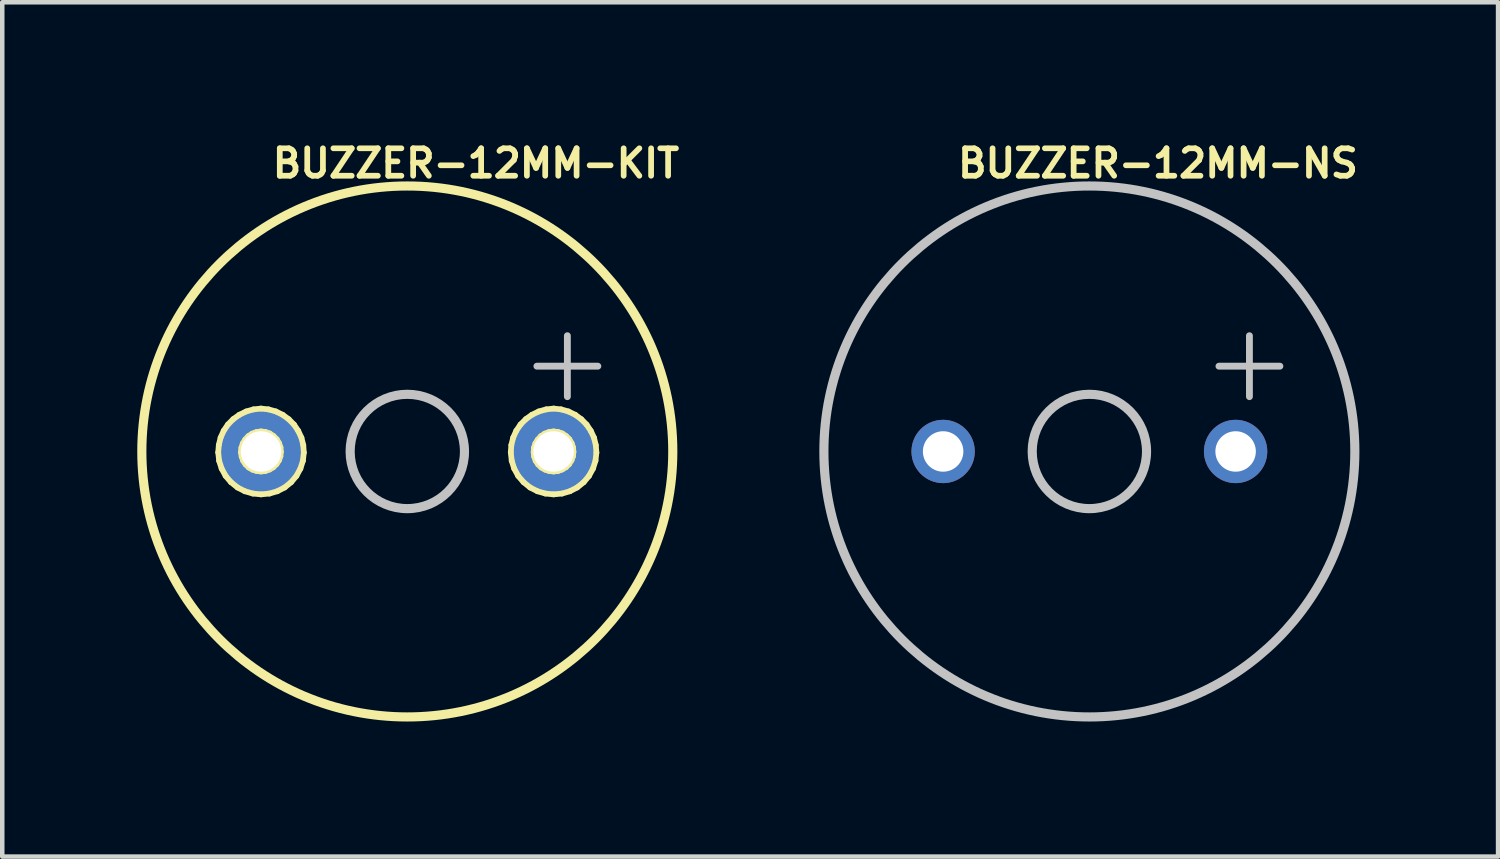
<source format=kicad_pcb>
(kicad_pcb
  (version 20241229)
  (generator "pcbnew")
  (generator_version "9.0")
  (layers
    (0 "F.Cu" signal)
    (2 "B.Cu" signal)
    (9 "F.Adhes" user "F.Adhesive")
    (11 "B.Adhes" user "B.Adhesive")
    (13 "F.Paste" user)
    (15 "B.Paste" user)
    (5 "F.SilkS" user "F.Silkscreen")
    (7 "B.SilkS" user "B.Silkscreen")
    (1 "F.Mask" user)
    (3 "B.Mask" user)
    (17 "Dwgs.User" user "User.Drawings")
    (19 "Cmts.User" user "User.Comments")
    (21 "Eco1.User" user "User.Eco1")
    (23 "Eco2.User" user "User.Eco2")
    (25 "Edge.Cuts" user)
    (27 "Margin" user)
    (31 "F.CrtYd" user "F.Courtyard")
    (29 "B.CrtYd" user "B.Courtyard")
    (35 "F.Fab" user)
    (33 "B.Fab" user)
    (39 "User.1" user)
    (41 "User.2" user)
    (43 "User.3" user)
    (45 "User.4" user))
  (footprint "BUZZER-12MM-NS"
    (layer "F.Cu")
    (at 21.152 6.98)
    (property "Reference" "BUZZER-12MM-NS" (at 1.524 -6.401 0) (layer "F.SilkS") (effects (font (size 0.61 0.61) (thickness 0.127))))
    (attr exclude_from_pos_files exclude_from_bom)
    (fp_circle (center 0 0) (end 0 -5.898) (stroke (width 0.203) (type solid)) (fill no) (layer "Dwgs.User"))
    (fp_circle (center 0 0) (end 0 -1.27) (stroke (width 0.203) (type solid)) (fill no) (layer "Dwgs.User"))
    (fp_text user "+" (at 3.556 -2.032 0) (layer "Dwgs.User") (effects (font (size 1.778 1.778) (thickness 0.152))))
    (pad "+" thru_hole circle (at 3.249 0) (size 1.407 1.407) (drill 0.899) (layers "*.Cu" "*.Paste" "*.Mask"))
    (pad "-" thru_hole circle (at -3.249 0) (size 1.407 1.407) (drill 0.899) (layers "*.Cu" "*.Paste" "*.Mask")))
  (footprint "BUZZER-12MM-KIT"
    (layer "F.Cu")
    (at 5.999 6.98)
    (property "Reference" "BUZZER-12MM-KIT" (at 1.524 -6.401 0) (layer "F.SilkS") (effects (font (size 0.61 0.61) (thickness 0.127))))
    (attr exclude_from_pos_files exclude_from_bom)
    (fp_line (start -4.201 0.02) (end -4.188 -0.142) (stroke (width 0.127) (type solid)) (layer "F.SilkS"))
    (fp_line (start -4.188 -0.142) (end -4.148 -0.307) (stroke (width 0.127) (type solid)) (layer "F.SilkS"))
    (fp_line (start -4.181 0.206) (end -4.201 0.02) (stroke (width 0.127) (type solid)) (layer "F.SilkS"))
    (fp_line (start -4.148 -0.307) (end -4.079 -0.46) (stroke (width 0.127) (type solid)) (layer "F.SilkS"))
    (fp_line (start -4.125 0.381) (end -4.181 0.206) (stroke (width 0.127) (type solid)) (layer "F.SilkS"))
    (fp_line (start -4.079 -0.46) (end -3.985 -0.599) (stroke (width 0.127) (type solid)) (layer "F.SilkS"))
    (fp_line (start -4.036 0.544) (end -4.125 0.381) (stroke (width 0.127) (type solid)) (layer "F.SilkS"))
    (fp_line (start -3.985 -0.599) (end -3.866 -0.719) (stroke (width 0.127) (type solid)) (layer "F.SilkS"))
    (fp_line (start -3.917 0.683) (end -4.036 0.544) (stroke (width 0.127) (type solid)) (layer "F.SilkS"))
    (fp_line (start -3.866 -0.719) (end -3.731 -0.815) (stroke (width 0.127) (type solid)) (layer "F.SilkS"))
    (fp_line (start -3.772 0.8) (end -3.917 0.683) (stroke (width 0.127) (type solid)) (layer "F.SilkS"))
    (fp_line (start -3.731 -0.815) (end -3.579 -0.889) (stroke (width 0.127) (type solid)) (layer "F.SilkS"))
    (fp_line (start -3.696 0.018) (end -3.686 -0.081) (stroke (width 0.127) (type solid)) (layer "F.SilkS"))
    (fp_line (start -3.686 -0.081) (end -3.655 -0.178) (stroke (width 0.127) (type solid)) (layer "F.SilkS"))
    (fp_line (start -3.68 0.114) (end -3.696 0.018) (stroke (width 0.127) (type solid)) (layer "F.SilkS"))
    (fp_line (start -3.655 -0.178) (end -3.602 -0.264) (stroke (width 0.127) (type solid)) (layer "F.SilkS"))
    (fp_line (start -3.647 0.206) (end -3.68 0.114) (stroke (width 0.127) (type solid)) (layer "F.SilkS"))
    (fp_line (start -3.609 0.884) (end -3.772 0.8) (stroke (width 0.127) (type solid)) (layer "F.SilkS"))
    (fp_line (start -3.602 -0.264) (end -3.531 -0.34) (stroke (width 0.127) (type solid)) (layer "F.SilkS"))
    (fp_line (start -3.594 0.287) (end -3.647 0.206) (stroke (width 0.127) (type solid)) (layer "F.SilkS"))
    (fp_line (start -3.579 -0.889) (end -3.416 -0.935) (stroke (width 0.127) (type solid)) (layer "F.SilkS"))
    (fp_line (start -3.531 -0.34) (end -3.447 -0.396) (stroke (width 0.127) (type solid)) (layer "F.SilkS"))
    (fp_line (start -3.523 0.356) (end -3.594 0.287) (stroke (width 0.127) (type solid)) (layer "F.SilkS"))
    (fp_line (start -3.447 -0.396) (end -3.35 -0.432) (stroke (width 0.127) (type solid)) (layer "F.SilkS"))
    (fp_line (start -3.439 0.404) (end -3.523 0.356) (stroke (width 0.127) (type solid)) (layer "F.SilkS"))
    (fp_line (start -3.432 0.935) (end -3.609 0.884) (stroke (width 0.127) (type solid)) (layer "F.SilkS"))
    (fp_line (start -3.416 -0.935) (end -3.251 -0.953) (stroke (width 0.127) (type solid)) (layer "F.SilkS"))
    (fp_line (start -3.35 -0.432) (end -3.251 -0.445) (stroke (width 0.127) (type solid)) (layer "F.SilkS"))
    (fp_line (start -3.348 0.434) (end -3.439 0.404) (stroke (width 0.127) (type solid)) (layer "F.SilkS"))
    (fp_line (start -3.251 -0.953) (end -3.084 -0.935) (stroke (width 0.127) (type solid)) (layer "F.SilkS"))
    (fp_line (start -3.251 -0.445) (end -3.15 -0.432) (stroke (width 0.127) (type solid)) (layer "F.SilkS"))
    (fp_line (start -3.251 0.445) (end -3.348 0.434) (stroke (width 0.127) (type solid)) (layer "F.SilkS"))
    (fp_line (start -3.249 0.953) (end -3.432 0.935) (stroke (width 0.127) (type solid)) (layer "F.SilkS"))
    (fp_line (start -3.152 0.434) (end -3.251 0.445) (stroke (width 0.127) (type solid)) (layer "F.SilkS"))
    (fp_line (start -3.15 -0.432) (end -3.056 -0.399) (stroke (width 0.127) (type solid)) (layer "F.SilkS"))
    (fp_line (start -3.084 -0.935) (end -2.921 -0.889) (stroke (width 0.127) (type solid)) (layer "F.SilkS"))
    (fp_line (start -3.063 0.935) (end -3.249 0.953) (stroke (width 0.127) (type solid)) (layer "F.SilkS"))
    (fp_line (start -3.061 0.401) (end -3.152 0.434) (stroke (width 0.127) (type solid)) (layer "F.SilkS"))
    (fp_line (start -3.056 -0.399) (end -2.972 -0.343) (stroke (width 0.127) (type solid)) (layer "F.SilkS"))
    (fp_line (start -2.977 0.351) (end -3.061 0.401) (stroke (width 0.127) (type solid)) (layer "F.SilkS"))
    (fp_line (start -2.972 -0.343) (end -2.901 -0.272) (stroke (width 0.127) (type solid)) (layer "F.SilkS"))
    (fp_line (start -2.921 -0.889) (end -2.769 -0.815) (stroke (width 0.127) (type solid)) (layer "F.SilkS"))
    (fp_line (start -2.906 0.282) (end -2.977 0.351) (stroke (width 0.127) (type solid)) (layer "F.SilkS"))
    (fp_line (start -2.901 -0.272) (end -2.85 -0.185) (stroke (width 0.127) (type solid)) (layer "F.SilkS"))
    (fp_line (start -2.888 0.884) (end -3.063 0.935) (stroke (width 0.127) (type solid)) (layer "F.SilkS"))
    (fp_line (start -2.852 0.198) (end -2.906 0.282) (stroke (width 0.127) (type solid)) (layer "F.SilkS"))
    (fp_line (start -2.85 -0.185) (end -2.817 -0.089) (stroke (width 0.127) (type solid)) (layer "F.SilkS"))
    (fp_line (start -2.819 0.107) (end -2.852 0.198) (stroke (width 0.127) (type solid)) (layer "F.SilkS"))
    (fp_line (start -2.817 -0.089) (end -2.809 0.008) (stroke (width 0.127) (type solid)) (layer "F.SilkS"))
    (fp_line (start -2.809 0.008) (end -2.819 0.107) (stroke (width 0.127) (type solid)) (layer "F.SilkS"))
    (fp_line (start -2.769 -0.815) (end -2.634 -0.716) (stroke (width 0.127) (type solid)) (layer "F.SilkS"))
    (fp_line (start -2.725 0.8) (end -2.888 0.884) (stroke (width 0.127) (type solid)) (layer "F.SilkS"))
    (fp_line (start -2.634 -0.716) (end -2.517 -0.597) (stroke (width 0.127) (type solid)) (layer "F.SilkS"))
    (fp_line (start -2.581 0.683) (end -2.725 0.8) (stroke (width 0.127) (type solid)) (layer "F.SilkS"))
    (fp_line (start -2.517 -0.597) (end -2.423 -0.457) (stroke (width 0.127) (type solid)) (layer "F.SilkS"))
    (fp_line (start -2.464 0.544) (end -2.581 0.683) (stroke (width 0.127) (type solid)) (layer "F.SilkS"))
    (fp_line (start -2.423 -0.457) (end -2.352 -0.305) (stroke (width 0.127) (type solid)) (layer "F.SilkS"))
    (fp_line (start -2.375 0.381) (end -2.464 0.544) (stroke (width 0.127) (type solid)) (layer "F.SilkS"))
    (fp_line (start -2.352 -0.305) (end -2.311 -0.14) (stroke (width 0.127) (type solid)) (layer "F.SilkS"))
    (fp_line (start -2.319 0.206) (end -2.375 0.381) (stroke (width 0.127) (type solid)) (layer "F.SilkS"))
    (fp_line (start -2.311 -0.14) (end -2.299 0.025) (stroke (width 0.127) (type solid)) (layer "F.SilkS"))
    (fp_line (start -2.299 0.025) (end -2.319 0.206) (stroke (width 0.127) (type solid)) (layer "F.SilkS"))
    (fp_line (start 2.299 0.02) (end 2.311 -0.142) (stroke (width 0.127) (type solid)) (layer "F.SilkS"))
    (fp_line (start 2.311 -0.142) (end 2.352 -0.307) (stroke (width 0.127) (type solid)) (layer "F.SilkS"))
    (fp_line (start 2.319 0.206) (end 2.299 0.02) (stroke (width 0.127) (type solid)) (layer "F.SilkS"))
    (fp_line (start 2.352 -0.307) (end 2.421 -0.46) (stroke (width 0.127) (type solid)) (layer "F.SilkS"))
    (fp_line (start 2.375 0.381) (end 2.319 0.206) (stroke (width 0.127) (type solid)) (layer "F.SilkS"))
    (fp_line (start 2.421 -0.46) (end 2.515 -0.599) (stroke (width 0.127) (type solid)) (layer "F.SilkS"))
    (fp_line (start 2.464 0.544) (end 2.375 0.381) (stroke (width 0.127) (type solid)) (layer "F.SilkS"))
    (fp_line (start 2.515 -0.599) (end 2.634 -0.719) (stroke (width 0.127) (type solid)) (layer "F.SilkS"))
    (fp_line (start 2.583 0.683) (end 2.464 0.544) (stroke (width 0.127) (type solid)) (layer "F.SilkS"))
    (fp_line (start 2.634 -0.719) (end 2.769 -0.815) (stroke (width 0.127) (type solid)) (layer "F.SilkS"))
    (fp_line (start 2.728 0.8) (end 2.583 0.683) (stroke (width 0.127) (type solid)) (layer "F.SilkS"))
    (fp_line (start 2.769 -0.815) (end 2.921 -0.889) (stroke (width 0.127) (type solid)) (layer "F.SilkS"))
    (fp_line (start 2.807 0.018) (end 2.814 -0.081) (stroke (width 0.127) (type solid)) (layer "F.SilkS"))
    (fp_line (start 2.814 -0.081) (end 2.845 -0.178) (stroke (width 0.127) (type solid)) (layer "F.SilkS"))
    (fp_line (start 2.819 0.114) (end 2.807 0.018) (stroke (width 0.127) (type solid)) (layer "F.SilkS"))
    (fp_line (start 2.845 -0.178) (end 2.898 -0.264) (stroke (width 0.127) (type solid)) (layer "F.SilkS"))
    (fp_line (start 2.852 0.206) (end 2.819 0.114) (stroke (width 0.127) (type solid)) (layer "F.SilkS"))
    (fp_line (start 2.891 0.884) (end 2.728 0.8) (stroke (width 0.127) (type solid)) (layer "F.SilkS"))
    (fp_line (start 2.898 -0.264) (end 2.969 -0.34) (stroke (width 0.127) (type solid)) (layer "F.SilkS"))
    (fp_line (start 2.906 0.287) (end 2.852 0.206) (stroke (width 0.127) (type solid)) (layer "F.SilkS"))
    (fp_line (start 2.921 -0.889) (end 3.084 -0.935) (stroke (width 0.127) (type solid)) (layer "F.SilkS"))
    (fp_line (start 2.969 -0.34) (end 3.053 -0.396) (stroke (width 0.127) (type solid)) (layer "F.SilkS"))
    (fp_line (start 2.977 0.356) (end 2.906 0.287) (stroke (width 0.127) (type solid)) (layer "F.SilkS"))
    (fp_line (start 3.053 -0.396) (end 3.15 -0.432) (stroke (width 0.127) (type solid)) (layer "F.SilkS"))
    (fp_line (start 3.061 0.404) (end 2.977 0.356) (stroke (width 0.127) (type solid)) (layer "F.SilkS"))
    (fp_line (start 3.068 0.935) (end 2.891 0.884) (stroke (width 0.127) (type solid)) (layer "F.SilkS"))
    (fp_line (start 3.084 -0.935) (end 3.251 -0.953) (stroke (width 0.127) (type solid)) (layer "F.SilkS"))
    (fp_line (start 3.15 -0.432) (end 3.251 -0.445) (stroke (width 0.127) (type solid)) (layer "F.SilkS"))
    (fp_line (start 3.152 0.434) (end 3.061 0.404) (stroke (width 0.127) (type solid)) (layer "F.SilkS"))
    (fp_line (start 3.251 -0.953) (end 3.416 -0.935) (stroke (width 0.127) (type solid)) (layer "F.SilkS"))
    (fp_line (start 3.251 -0.445) (end 3.35 -0.432) (stroke (width 0.127) (type solid)) (layer "F.SilkS"))
    (fp_line (start 3.251 0.445) (end 3.152 0.434) (stroke (width 0.127) (type solid)) (layer "F.SilkS"))
    (fp_line (start 3.251 0.953) (end 3.068 0.935) (stroke (width 0.127) (type solid)) (layer "F.SilkS"))
    (fp_line (start 3.348 0.434) (end 3.251 0.445) (stroke (width 0.127) (type solid)) (layer "F.SilkS"))
    (fp_line (start 3.35 -0.432) (end 3.444 -0.399) (stroke (width 0.127) (type solid)) (layer "F.SilkS"))
    (fp_line (start 3.416 -0.935) (end 3.579 -0.889) (stroke (width 0.127) (type solid)) (layer "F.SilkS"))
    (fp_line (start 3.437 0.935) (end 3.251 0.953) (stroke (width 0.127) (type solid)) (layer "F.SilkS"))
    (fp_line (start 3.439 0.401) (end 3.348 0.434) (stroke (width 0.127) (type solid)) (layer "F.SilkS"))
    (fp_line (start 3.444 -0.399) (end 3.528 -0.343) (stroke (width 0.127) (type solid)) (layer "F.SilkS"))
    (fp_line (start 3.523 0.351) (end 3.439 0.401) (stroke (width 0.127) (type solid)) (layer "F.SilkS"))
    (fp_line (start 3.528 -0.343) (end 3.599 -0.272) (stroke (width 0.127) (type solid)) (layer "F.SilkS"))
    (fp_line (start 3.579 -0.889) (end 3.731 -0.815) (stroke (width 0.127) (type solid)) (layer "F.SilkS"))
    (fp_line (start 3.594 0.282) (end 3.523 0.351) (stroke (width 0.127) (type solid)) (layer "F.SilkS"))
    (fp_line (start 3.599 -0.272) (end 3.65 -0.185) (stroke (width 0.127) (type solid)) (layer "F.SilkS"))
    (fp_line (start 3.612 0.884) (end 3.437 0.935) (stroke (width 0.127) (type solid)) (layer "F.SilkS"))
    (fp_line (start 3.647 0.198) (end 3.594 0.282) (stroke (width 0.127) (type solid)) (layer "F.SilkS"))
    (fp_line (start 3.65 -0.185) (end 3.683 -0.089) (stroke (width 0.127) (type solid)) (layer "F.SilkS"))
    (fp_line (start 3.68 0.107) (end 3.647 0.198) (stroke (width 0.127) (type solid)) (layer "F.SilkS"))
    (fp_line (start 3.683 -0.089) (end 3.691 0.008) (stroke (width 0.127) (type solid)) (layer "F.SilkS"))
    (fp_line (start 3.691 0.008) (end 3.68 0.107) (stroke (width 0.127) (type solid)) (layer "F.SilkS"))
    (fp_line (start 3.731 -0.815) (end 3.866 -0.716) (stroke (width 0.127) (type solid)) (layer "F.SilkS"))
    (fp_line (start 3.774 0.8) (end 3.612 0.884) (stroke (width 0.127) (type solid)) (layer "F.SilkS"))
    (fp_line (start 3.866 -0.716) (end 3.983 -0.597) (stroke (width 0.127) (type solid)) (layer "F.SilkS"))
    (fp_line (start 3.919 0.683) (end 3.774 0.8) (stroke (width 0.127) (type solid)) (layer "F.SilkS"))
    (fp_line (start 3.983 -0.597) (end 4.077 -0.457) (stroke (width 0.127) (type solid)) (layer "F.SilkS"))
    (fp_line (start 4.036 0.544) (end 3.919 0.683) (stroke (width 0.127) (type solid)) (layer "F.SilkS"))
    (fp_line (start 4.077 -0.457) (end 4.148 -0.305) (stroke (width 0.127) (type solid)) (layer "F.SilkS"))
    (fp_line (start 4.125 0.381) (end 4.036 0.544) (stroke (width 0.127) (type solid)) (layer "F.SilkS"))
    (fp_line (start 4.148 -0.305) (end 4.188 -0.14) (stroke (width 0.127) (type solid)) (layer "F.SilkS"))
    (fp_line (start 4.181 0.206) (end 4.125 0.381) (stroke (width 0.127) (type solid)) (layer "F.SilkS"))
    (fp_line (start 4.188 -0.14) (end 4.201 0.025) (stroke (width 0.127) (type solid)) (layer "F.SilkS"))
    (fp_line (start 4.201 0.025) (end 4.181 0.206) (stroke (width 0.127) (type solid)) (layer "F.SilkS"))
    (fp_circle (center 0 0) (end 0 -5.898) (stroke (width 0.203) (type solid)) (fill no) (layer "F.SilkS"))
    (fp_circle (center 0 0) (end 0 -1.27) (stroke (width 0.203) (type solid)) (fill no) (layer "Dwgs.User"))
    (fp_text user "+" (at 3.556 -2.032 0) (layer "Dwgs.User") (effects (font (size 1.778 1.778) (thickness 0.152))))
    (pad "+" thru_hole circle (at 3.249 0) (size 1.88 1.88) (drill 0.899) (layers "*.Cu" "*.Paste" "*.Mask"))
    (pad "-" thru_hole circle (at -3.249 0) (size 1.88 1.88) (drill 0.899) (layers "*.Cu" "*.Paste" "*.Mask")))
  (gr_rect
    (start -3 -3)
    (end 30.232 15.98)
    (stroke (width 0.1) (type default))
    (fill no)
    (layer "Edge.Cuts")))
</source>
